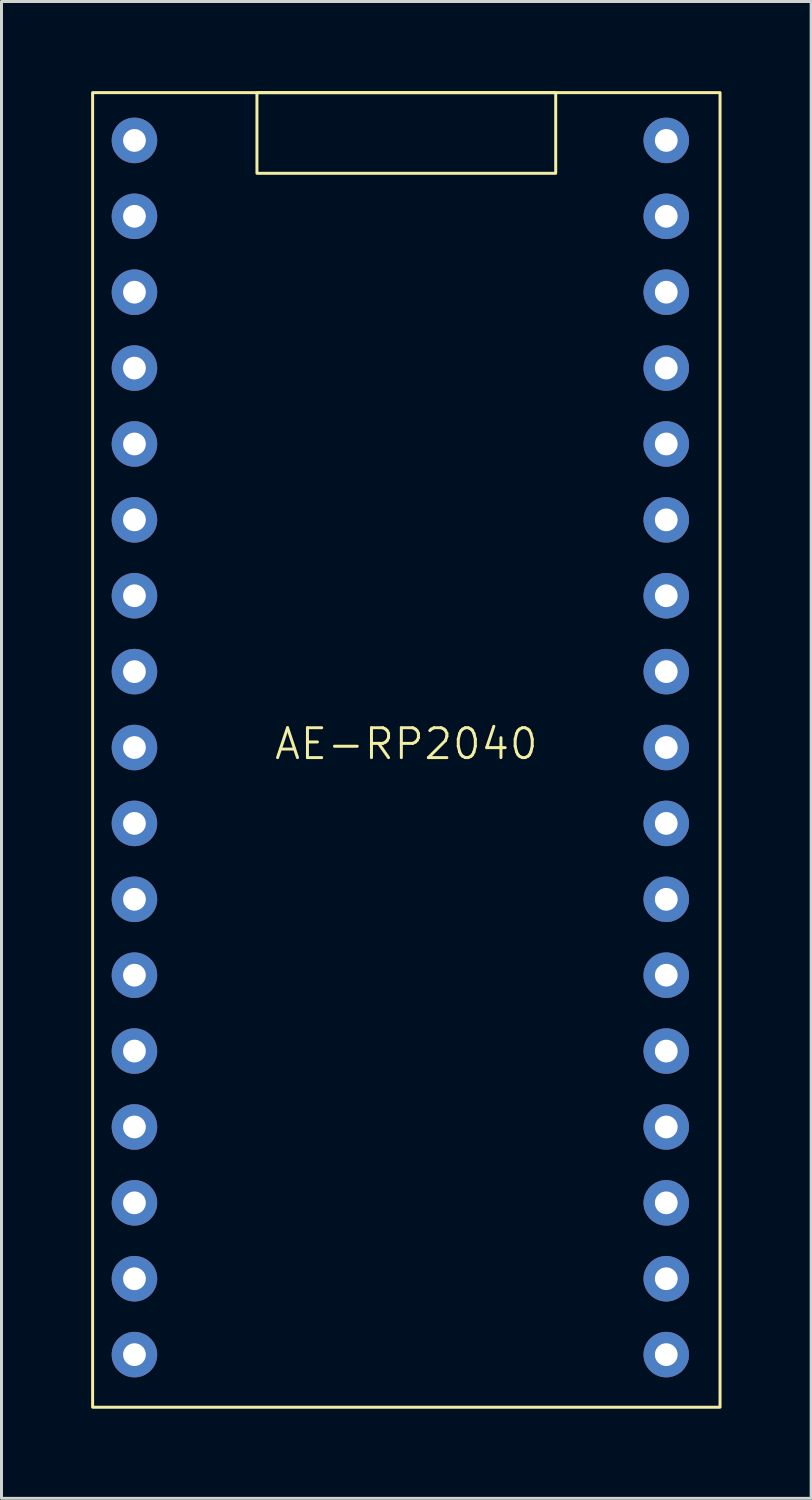
<source format=kicad_pcb>
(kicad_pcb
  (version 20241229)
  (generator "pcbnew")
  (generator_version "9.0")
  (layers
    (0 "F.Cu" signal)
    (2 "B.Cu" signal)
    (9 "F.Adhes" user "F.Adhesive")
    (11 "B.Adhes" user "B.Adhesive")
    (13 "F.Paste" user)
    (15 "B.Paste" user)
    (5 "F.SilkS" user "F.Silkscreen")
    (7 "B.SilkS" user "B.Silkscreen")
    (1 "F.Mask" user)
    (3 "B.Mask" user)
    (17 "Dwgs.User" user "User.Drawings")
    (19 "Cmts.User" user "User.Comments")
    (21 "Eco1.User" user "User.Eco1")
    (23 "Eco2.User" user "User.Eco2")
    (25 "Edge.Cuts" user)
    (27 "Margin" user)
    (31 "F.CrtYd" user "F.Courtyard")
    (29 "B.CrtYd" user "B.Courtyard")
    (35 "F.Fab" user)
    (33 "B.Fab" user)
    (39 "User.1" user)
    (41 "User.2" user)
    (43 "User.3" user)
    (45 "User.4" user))
  (footprint "AE-RP2040"
    (layer "F.Cu")
    (at 10.55 22.35)
    (property "Reference" "AE-RP2040" (at 0 -0.5 0) (unlocked yes) (layer "F.SilkS") (effects (font (size 1 1) (thickness 0.1))))
    (attr through_hole)
    (fp_rect (start -10.5 -22.3) (end 10.5 21.7) (stroke (width 0.1) (type default)) (fill no) (layer "F.SilkS"))
    (fp_rect (start -5 -22.3) (end 5 -19.6) (stroke (width 0.1) (type solid)) (fill no) (layer "F.SilkS"))
    (pad "1" thru_hole circle (at -9.1 -20.7) (size 1.524 1.524) (drill 0.762) (layers "*.Cu" "*.Mask"))
    (pad "2" thru_hole circle (at -9.1 -18.16) (size 1.524 1.524) (drill 0.762) (layers "*.Cu" "*.Mask"))
    (pad "3" thru_hole circle (at -9.1 -15.62) (size 1.524 1.524) (drill 0.762) (layers "*.Cu" "*.Mask"))
    (pad "4" thru_hole circle (at -9.1 -13.08) (size 1.524 1.524) (drill 0.762) (layers "*.Cu" "*.Mask"))
    (pad "5" thru_hole circle (at -9.1 -10.54) (size 1.524 1.524) (drill 0.762) (layers "*.Cu" "*.Mask"))
    (pad "6" thru_hole circle (at -9.1 -8) (size 1.524 1.524) (drill 0.762) (layers "*.Cu" "*.Mask"))
    (pad "7" thru_hole circle (at -9.1 -5.46) (size 1.524 1.524) (drill 0.762) (layers "*.Cu" "*.Mask"))
    (pad "8" thru_hole circle (at -9.1 -2.92) (size 1.524 1.524) (drill 0.762) (layers "*.Cu" "*.Mask"))
    (pad "9" thru_hole circle (at -9.1 -0.38) (size 1.524 1.524) (drill 0.762) (layers "*.Cu" "*.Mask"))
    (pad "10" thru_hole circle (at -9.1 2.16) (size 1.524 1.524) (drill 0.762) (layers "*.Cu" "*.Mask"))
    (pad "11" thru_hole circle (at -9.1 4.7) (size 1.524 1.524) (drill 0.762) (layers "*.Cu" "*.Mask"))
    (pad "12" thru_hole circle (at -9.1 7.24) (size 1.524 1.524) (drill 0.762) (layers "*.Cu" "*.Mask"))
    (pad "13" thru_hole circle (at -9.1 9.78) (size 1.524 1.524) (drill 0.762) (layers "*.Cu" "*.Mask"))
    (pad "14" thru_hole circle (at -9.1 12.32) (size 1.524 1.524) (drill 0.762) (layers "*.Cu" "*.Mask"))
    (pad "15" thru_hole circle (at -9.1 14.86) (size 1.524 1.524) (drill 0.762) (layers "*.Cu" "*.Mask"))
    (pad "16" thru_hole circle (at -9.1 17.4) (size 1.524 1.524) (drill 0.762) (layers "*.Cu" "*.Mask"))
    (pad "17" thru_hole circle (at -9.1 19.94) (size 1.524 1.524) (drill 0.762) (layers "*.Cu" "*.Mask"))
    (pad "18" thru_hole circle (at 8.7 19.94) (size 1.524 1.524) (drill 0.762) (layers "*.Cu" "*.Mask"))
    (pad "19" thru_hole circle (at 8.7 17.4) (size 1.524 1.524) (drill 0.762) (layers "*.Cu" "*.Mask"))
    (pad "20" thru_hole circle (at 8.7 14.86) (size 1.524 1.524) (drill 0.762) (layers "*.Cu" "*.Mask"))
    (pad "21" thru_hole circle (at 8.7 12.32) (size 1.524 1.524) (drill 0.762) (layers "*.Cu" "*.Mask"))
    (pad "22" thru_hole circle (at 8.7 9.78) (size 1.524 1.524) (drill 0.762) (layers "*.Cu" "*.Mask"))
    (pad "23" thru_hole circle (at 8.7 7.24) (size 1.524 1.524) (drill 0.762) (layers "*.Cu" "*.Mask"))
    (pad "24" thru_hole circle (at 8.7 4.7) (size 1.524 1.524) (drill 0.762) (layers "*.Cu" "*.Mask"))
    (pad "25" thru_hole circle (at 8.7 2.16) (size 1.524 1.524) (drill 0.762) (layers "*.Cu" "*.Mask"))
    (pad "26" thru_hole circle (at 8.7 -0.38) (size 1.524 1.524) (drill 0.762) (layers "*.Cu" "*.Mask"))
    (pad "27" thru_hole circle (at 8.7 -2.92) (size 1.524 1.524) (drill 0.762) (layers "*.Cu" "*.Mask"))
    (pad "28" thru_hole circle (at 8.7 -5.46) (size 1.524 1.524) (drill 0.762) (layers "*.Cu" "*.Mask"))
    (pad "29" thru_hole circle (at 8.7 -8) (size 1.524 1.524) (drill 0.762) (layers "*.Cu" "*.Mask"))
    (pad "30" thru_hole circle (at 8.7 -10.54) (size 1.524 1.524) (drill 0.762) (layers "*.Cu" "*.Mask"))
    (pad "31" thru_hole circle (at 8.7 -13.08) (size 1.524 1.524) (drill 0.762) (layers "*.Cu" "*.Mask"))
    (pad "32" thru_hole circle (at 8.7 -15.62) (size 1.524 1.524) (drill 0.762) (layers "*.Cu" "*.Mask"))
    (pad "33" thru_hole circle (at 8.7 -18.16) (size 1.524 1.524) (drill 0.762) (layers "*.Cu" "*.Mask"))
    (pad "34" thru_hole circle (at 8.7 -20.7) (size 1.524 1.524) (drill 0.762) (layers "*.Cu" "*.Mask")))
  (gr_rect
    (start -3 -3)
    (end 24.1 47.1)
    (stroke (width 0.1) (type default))
    (fill no)
    (layer "Edge.Cuts")))
</source>
